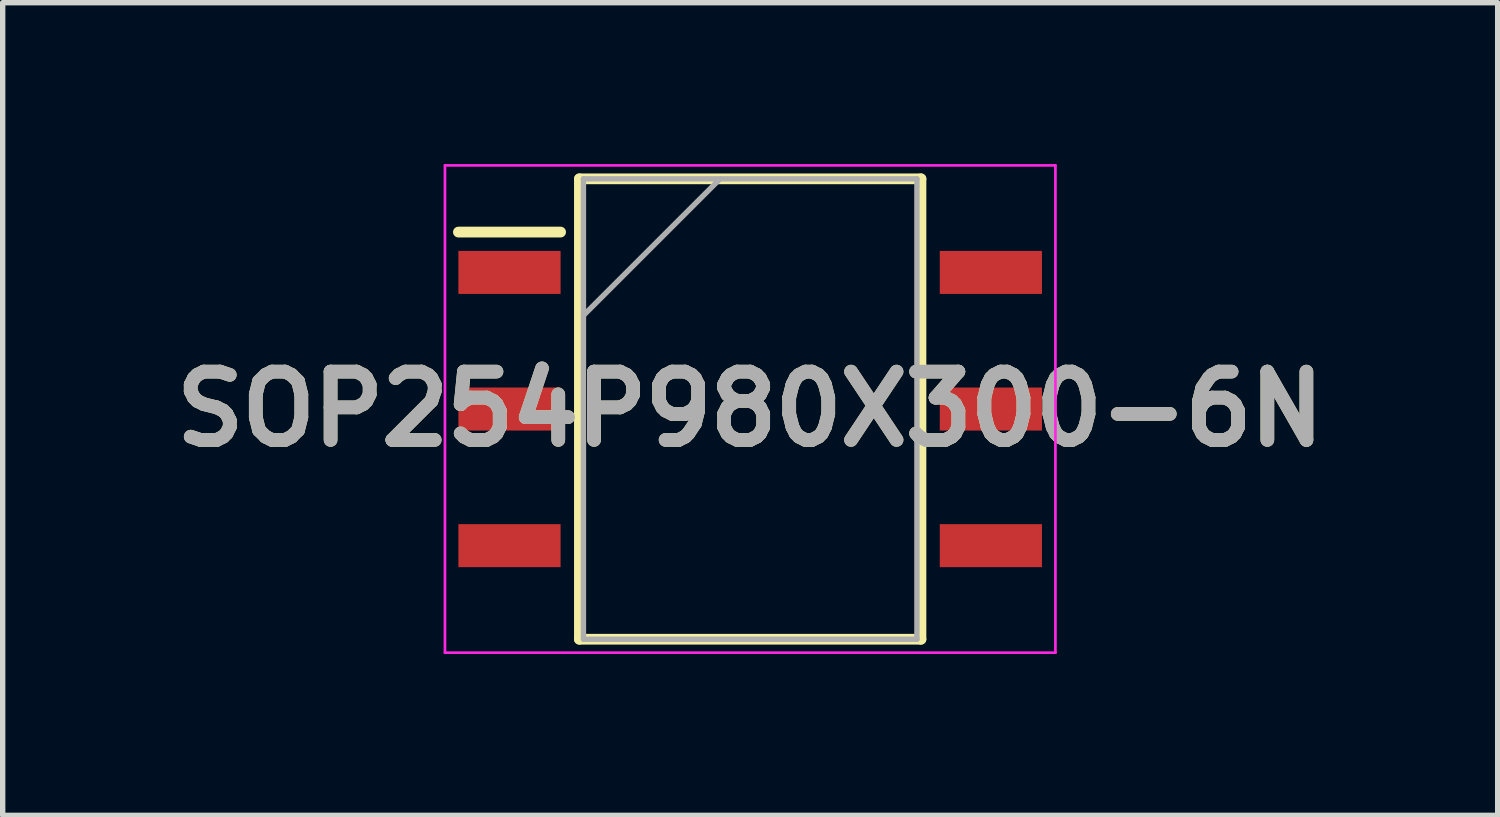
<source format=kicad_pcb>
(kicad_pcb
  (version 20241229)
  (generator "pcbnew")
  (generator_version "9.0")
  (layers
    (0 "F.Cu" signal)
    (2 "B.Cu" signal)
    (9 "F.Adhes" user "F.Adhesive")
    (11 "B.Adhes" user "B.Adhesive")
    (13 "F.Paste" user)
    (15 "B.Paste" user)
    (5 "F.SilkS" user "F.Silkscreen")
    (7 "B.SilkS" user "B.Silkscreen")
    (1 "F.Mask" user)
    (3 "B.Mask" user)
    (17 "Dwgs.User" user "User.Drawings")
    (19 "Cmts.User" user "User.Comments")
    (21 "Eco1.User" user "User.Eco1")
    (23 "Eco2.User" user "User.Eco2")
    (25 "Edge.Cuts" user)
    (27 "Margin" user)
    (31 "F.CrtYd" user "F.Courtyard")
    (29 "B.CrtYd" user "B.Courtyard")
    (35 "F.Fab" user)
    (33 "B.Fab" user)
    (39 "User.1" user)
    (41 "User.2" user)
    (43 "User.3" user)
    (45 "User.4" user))
  (footprint "SOP254P980X300-6N"
    (layer "F.Cu")
    (at 10.898 4.555)
    (property "Reference" "SOP254P980X300-6N" (at 0 0 0) (layer "F.SilkS") (effects (font (size 1.27 1.27) (thickness 0.254))))
    (attr smd)
    (fp_line (start -5.425 -3.29) (end -3.525 -3.29) (stroke (width 0.2) (type solid)) (layer "F.SilkS"))
    (fp_line (start -3.175 -4.28) (end 3.175 -4.28) (stroke (width 0.2) (type solid)) (layer "F.SilkS"))
    (fp_line (start -3.175 4.28) (end -3.175 -4.28) (stroke (width 0.2) (type solid)) (layer "F.SilkS"))
    (fp_line (start 3.175 -4.28) (end 3.175 4.28) (stroke (width 0.2) (type solid)) (layer "F.SilkS"))
    (fp_line (start 3.175 4.28) (end -3.175 4.28) (stroke (width 0.2) (type solid)) (layer "F.SilkS"))
    (fp_line (start -5.675 -4.53) (end 5.675 -4.53) (stroke (width 0.05) (type solid)) (layer "F.CrtYd"))
    (fp_line (start -5.675 4.53) (end -5.675 -4.53) (stroke (width 0.05) (type solid)) (layer "F.CrtYd"))
    (fp_line (start 5.675 -4.53) (end 5.675 4.53) (stroke (width 0.05) (type solid)) (layer "F.CrtYd"))
    (fp_line (start 5.675 4.53) (end -5.675 4.53) (stroke (width 0.05) (type solid)) (layer "F.CrtYd"))
    (fp_line (start -3.1 -4.28) (end 3.1 -4.28) (stroke (width 0.1) (type solid)) (layer "F.Fab"))
    (fp_line (start -3.1 -1.74) (end -0.56 -4.28) (stroke (width 0.1) (type solid)) (layer "F.Fab"))
    (fp_line (start -3.1 4.28) (end -3.1 -4.28) (stroke (width 0.1) (type solid)) (layer "F.Fab"))
    (fp_line (start 3.1 -4.28) (end 3.1 4.28) (stroke (width 0.1) (type solid)) (layer "F.Fab"))
    (fp_line (start 3.1 4.28) (end -3.1 4.28) (stroke (width 0.1) (type solid)) (layer "F.Fab"))
    (fp_text user "${REFERENCE}" (at 0 0 0) (layer "F.Fab") (effects (font (size 1.27 1.27) (thickness 0.254))))
    (pad "1" smd rect (at -4.475 -2.54 90) (size 0.8 1.9) (layers "F.Cu" "F.Mask" "F.Paste"))
    (pad "2" smd rect (at -4.475 0 90) (size 0.8 1.9) (layers "F.Cu" "F.Mask" "F.Paste"))
    (pad "3" smd rect (at -4.475 2.54 90) (size 0.8 1.9) (layers "F.Cu" "F.Mask" "F.Paste"))
    (pad "4" smd rect (at 4.475 2.54 90) (size 0.8 1.9) (layers "F.Cu" "F.Mask" "F.Paste"))
    (pad "5" smd rect (at 4.475 0 90) (size 0.8 1.9) (layers "F.Cu" "F.Mask" "F.Paste"))
    (pad "6" smd rect (at 4.475 -2.54 90) (size 0.8 1.9) (layers "F.Cu" "F.Mask" "F.Paste")))
  (gr_rect
    (start -3 -3)
    (end 24.796 12.11)
    (stroke (width 0.1) (type default))
    (fill no)
    (layer "Edge.Cuts")))
</source>
